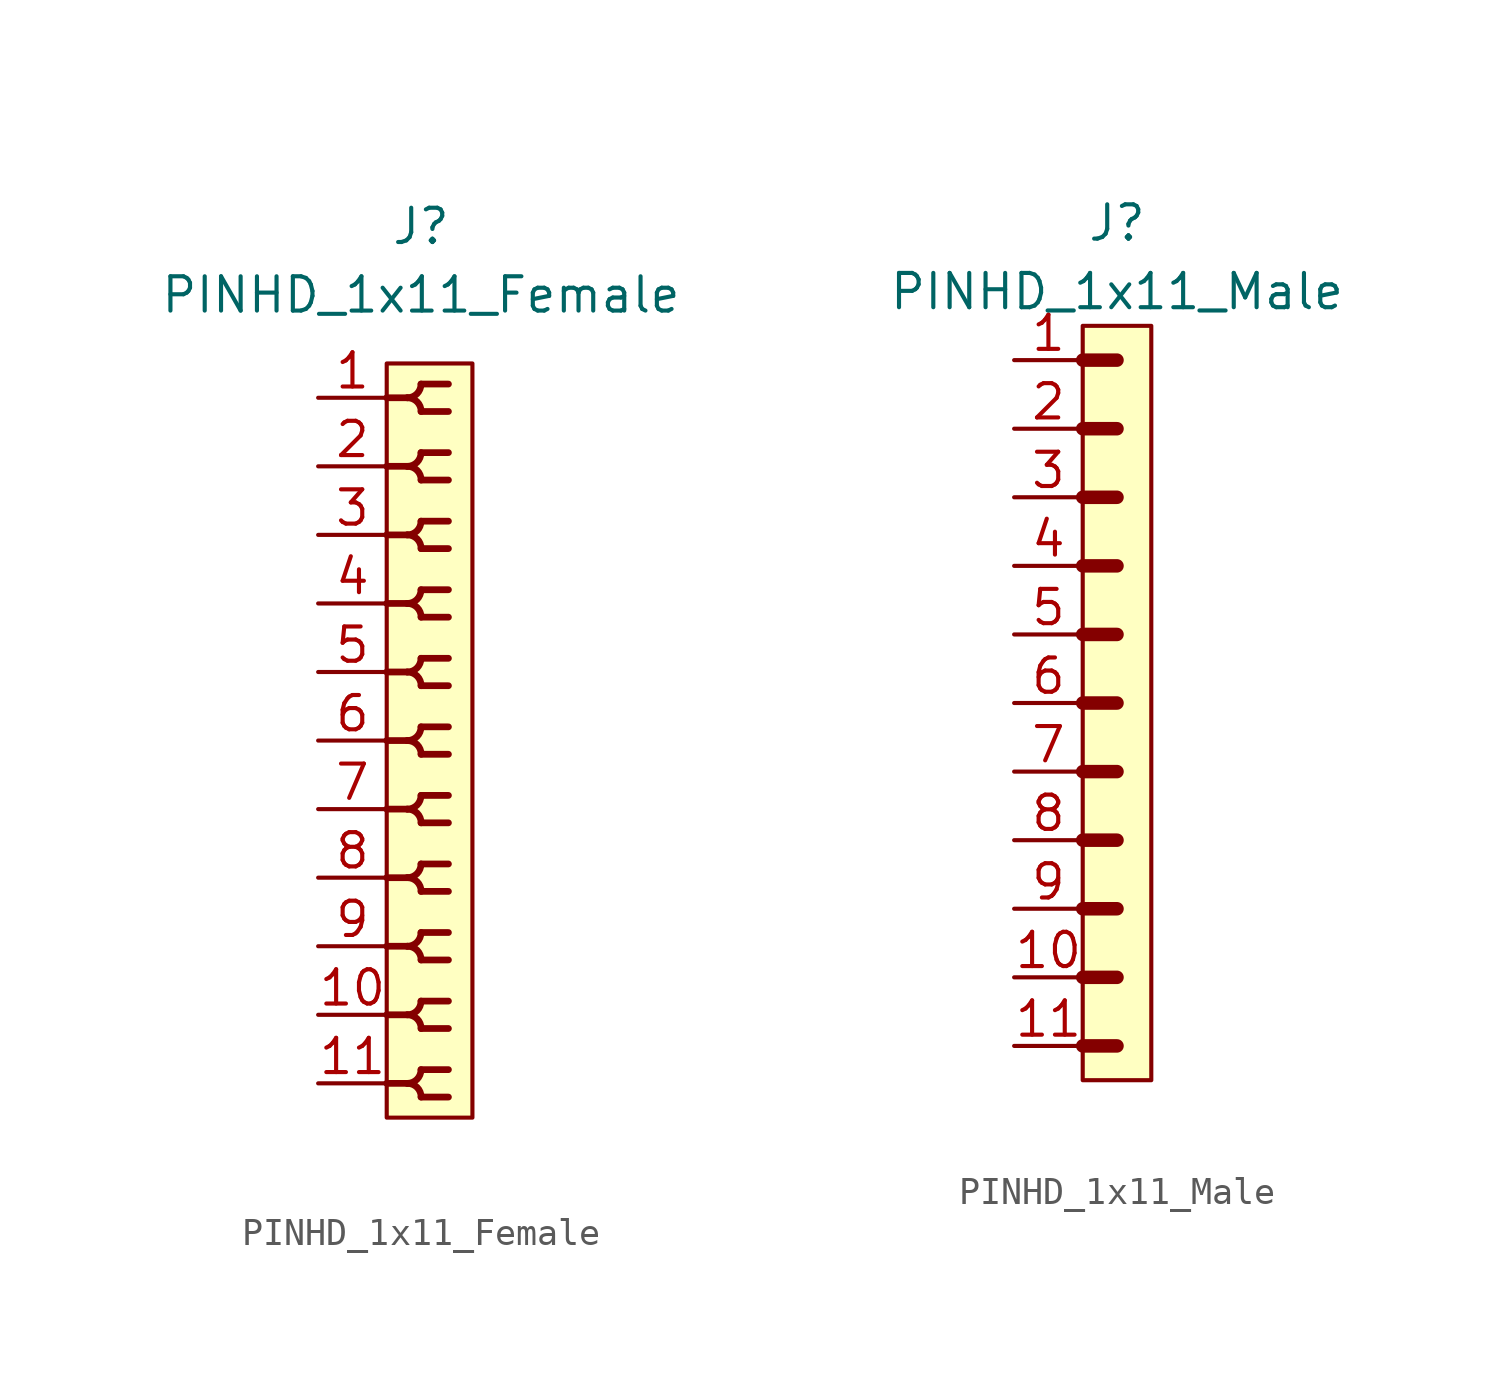
<source format=kicad_sym>
(kicad_symbol_lib
  (version 20211014)
  (generator kicad_symbol_editor)
  (symbol "PINHD_1x11_Female"
    (property "Reference" "J"
      (at 0 19.05 0)
      (effects (font (size 1.27 1.27))))
    (property "Value" "PINHD_1x11_Female"
      (at 0 16.51 0)
      (effects (font (size 1.27 1.27))))
    (symbol "PINHD_1x11_Female_0_1"
      (rectangle (start -1.27 13.97) (end 1.905 -13.97) (stroke (width 0) (type default) (color 0 0 0 0)) (fill (type background)))
      (arc (start -0.508 -12.7) (mid 0.3592 -13.0592) (end 0 -12.192) (stroke (width 0.25) (type default) (color 0 0 0 0)) (fill (type none)))
      (arc (start -0.508 -10.16) (mid 0.3592 -10.5192) (end 0 -9.652) (stroke (width 0.25) (type default) (color 0 0 0 0)) (fill (type none)))
      (arc (start -0.508 -7.62) (mid 0.3592 -7.9792) (end 0 -7.112) (stroke (width 0.25) (type default) (color 0 0 0 0)) (fill (type none)))
      (arc (start -0.508 -5.08) (mid 0.3592 -5.4392) (end 0 -4.572) (stroke (width 0.25) (type default) (color 0 0 0 0)) (fill (type none)))
      (arc (start -0.508 -2.54) (mid 0.3592 -2.8992) (end 0 -2.032) (stroke (width 0.25) (type default) (color 0 0 0 0)) (fill (type none)))
      (arc (start -0.508 0) (mid 0.3592 -0.3592) (end 0 0.508) (stroke (width 0.25) (type default) (color 0 0 0 0)) (fill (type none)))
      (arc (start -0.508 2.54) (mid 0.3592 2.1808) (end 0 3.048) (stroke (width 0.25) (type default) (color 0 0 0 0)) (fill (type none)))
      (arc (start -0.508 5.08) (mid 0.3592 4.7208) (end 0 5.588) (stroke (width 0.25) (type default) (color 0 0 0 0)) (fill (type none)))
      (arc (start -0.508 7.62) (mid 0.3592 7.2608) (end 0 8.128) (stroke (width 0.25) (type default) (color 0 0 0 0)) (fill (type none)))
      (arc (start -0.508 10.16) (mid 0.3592 9.8008) (end 0 10.668) (stroke (width 0.25) (type default) (color 0 0 0 0)) (fill (type none)))
      (arc (start -0.508 12.7) (mid 0.3592 12.3408) (end 0 13.208) (stroke (width 0.25) (type default) (color 0 0 0 0)) (fill (type none)))
      (arc (start 0 -13.208) (mid 0.3592 -12.3408) (end -0.508 -12.7) (stroke (width 0.25) (type default) (color 0 0 0 0)) (fill (type none)))
      (arc (start 0 -10.668) (mid 0.3592 -9.8008) (end -0.508 -10.16) (stroke (width 0.25) (type default) (color 0 0 0 0)) (fill (type none)))
      (arc (start 0 -8.128) (mid 0.3592 -7.2608) (end -0.508 -7.62) (stroke (width 0.25) (type default) (color 0 0 0 0)) (fill (type none)))
      (arc (start 0 -5.588) (mid 0.3592 -4.7208) (end -0.508 -5.08) (stroke (width 0.25) (type default) (color 0 0 0 0)) (fill (type none)))
      (arc (start 0 -3.048) (mid 0.3592 -2.1808) (end -0.508 -2.54) (stroke (width 0.25) (type default) (color 0 0 0 0)) (fill (type none)))
      (arc (start 0 -0.508) (mid 0.3592 0.3592) (end -0.508 0) (stroke (width 0.25) (type default) (color 0 0 0 0)) (fill (type none)))
      (polyline (pts (xy -1.27 -12.7) (xy -0.508 -12.7)) (stroke (width 0.25) (type default) (color 0 0 0 0)) (fill (type none)))
      (polyline (pts (xy -1.27 -10.16) (xy -0.508 -10.16)) (stroke (width 0.25) (type default) (color 0 0 0 0)) (fill (type none)))
      (polyline (pts (xy -1.27 -7.62) (xy -0.508 -7.62)) (stroke (width 0.25) (type default) (color 0 0 0 0)) (fill (type none)))
      (polyline (pts (xy -1.27 -5.08) (xy -0.508 -5.08)) (stroke (width 0.25) (type default) (color 0 0 0 0)) (fill (type none)))
      (polyline (pts (xy -1.27 -2.54) (xy -0.508 -2.54)) (stroke (width 0.25) (type default) (color 0 0 0 0)) (fill (type none)))
      (polyline (pts (xy -1.27 0) (xy -0.508 0)) (stroke (width 0.25) (type default) (color 0 0 0 0)) (fill (type none)))
      (polyline (pts (xy -1.27 2.54) (xy -0.508 2.54)) (stroke (width 0.25) (type default) (color 0 0 0 0)) (fill (type none)))
      (polyline (pts (xy -1.27 5.08) (xy -0.508 5.08)) (stroke (width 0.25) (type default) (color 0 0 0 0)) (fill (type none)))
      (polyline (pts (xy -1.27 7.62) (xy -0.508 7.62)) (stroke (width 0.25) (type default) (color 0 0 0 0)) (fill (type none)))
      (polyline (pts (xy -1.27 10.16) (xy -0.508 10.16)) (stroke (width 0.25) (type default) (color 0 0 0 0)) (fill (type none)))
      (polyline (pts (xy -1.27 12.7) (xy -0.508 12.7)) (stroke (width 0.25) (type default) (color 0 0 0 0)) (fill (type none)))
      (polyline (pts (xy 0 -13.208) (xy 1.016 -13.208)) (stroke (width 0.25) (type default) (color 0 0 0 0)) (fill (type none)))
      (polyline (pts (xy 0 -12.192) (xy 1.016 -12.192)) (stroke (width 0.25) (type default) (color 0 0 0 0)) (fill (type none)))
      (polyline (pts (xy 0 -10.668) (xy 1.016 -10.668)) (stroke (width 0.25) (type default) (color 0 0 0 0)) (fill (type none)))
      (polyline (pts (xy 0 -9.652) (xy 1.016 -9.652)) (stroke (width 0.25) (type default) (color 0 0 0 0)) (fill (type none)))
      (polyline (pts (xy 0 -8.128) (xy 1.016 -8.128)) (stroke (width 0.25) (type default) (color 0 0 0 0)) (fill (type none)))
      (polyline (pts (xy 0 -7.112) (xy 1.016 -7.112)) (stroke (width 0.25) (type default) (color 0 0 0 0)) (fill (type none)))
      (polyline (pts (xy 0 -5.588) (xy 1.016 -5.588)) (stroke (width 0.25) (type default) (color 0 0 0 0)) (fill (type none)))
      (polyline (pts (xy 0 -4.572) (xy 1.016 -4.572)) (stroke (width 0.25) (type default) (color 0 0 0 0)) (fill (type none)))
      (polyline (pts (xy 0 -3.048) (xy 1.016 -3.048)) (stroke (width 0.25) (type default) (color 0 0 0 0)) (fill (type none)))
      (polyline (pts (xy 0 -2.032) (xy 1.016 -2.032)) (stroke (width 0.25) (type default) (color 0 0 0 0)) (fill (type none)))
      (polyline (pts (xy 0 -0.508) (xy 1.016 -0.508)) (stroke (width 0.25) (type default) (color 0 0 0 0)) (fill (type none)))
      (polyline (pts (xy 0 0.508) (xy 1.016 0.508)) (stroke (width 0.25) (type default) (color 0 0 0 0)) (fill (type none)))
      (polyline (pts (xy 0 2.032) (xy 1.016 2.032)) (stroke (width 0.25) (type default) (color 0 0 0 0)) (fill (type none)))
      (polyline (pts (xy 0 3.048) (xy 1.016 3.048)) (stroke (width 0.25) (type default) (color 0 0 0 0)) (fill (type none)))
      (polyline (pts (xy 0 4.572) (xy 1.016 4.572)) (stroke (width 0.25) (type default) (color 0 0 0 0)) (fill (type none)))
      (polyline (pts (xy 0 5.588) (xy 1.016 5.588)) (stroke (width 0.25) (type default) (color 0 0 0 0)) (fill (type none)))
      (polyline (pts (xy 0 7.112) (xy 1.016 7.112)) (stroke (width 0.25) (type default) (color 0 0 0 0)) (fill (type none)))
      (polyline (pts (xy 0 8.128) (xy 1.016 8.128)) (stroke (width 0.25) (type default) (color 0 0 0 0)) (fill (type none)))
      (polyline (pts (xy 0 9.652) (xy 1.016 9.652)) (stroke (width 0.25) (type default) (color 0 0 0 0)) (fill (type none)))
      (polyline (pts (xy 0 10.668) (xy 1.016 10.668)) (stroke (width 0.25) (type default) (color 0 0 0 0)) (fill (type none)))
      (polyline (pts (xy 0 12.192) (xy 1.016 12.192)) (stroke (width 0.25) (type default) (color 0 0 0 0)) (fill (type none)))
      (polyline (pts (xy 0 13.208) (xy 1.016 13.208)) (stroke (width 0.25) (type default) (color 0 0 0 0)) (fill (type none)))
      (arc (start 0 2.032) (mid 0.3592 2.8992) (end -0.508 2.54) (stroke (width 0.25) (type default) (color 0 0 0 0)) (fill (type none)))
      (arc (start 0 4.572) (mid 0.3592 5.4392) (end -0.508 5.08) (stroke (width 0.25) (type default) (color 0 0 0 0)) (fill (type none)))
      (arc (start 0 7.112) (mid 0.3592 7.9792) (end -0.508 7.62) (stroke (width 0.25) (type default) (color 0 0 0 0)) (fill (type none)))
      (arc (start 0 9.652) (mid 0.3592 10.5192) (end -0.508 10.16) (stroke (width 0.25) (type default) (color 0 0 0 0)) (fill (type none)))
      (arc (start 0 12.192) (mid 0.3592 13.0592) (end -0.508 12.7) (stroke (width 0.25) (type default) (color 0 0 0 0)) (fill (type none))))
    (symbol "PINHD_1x11_Female_1_1"
      (pin passive line (at -3.81 12.7 0) (length 2.54) (name "" (effects (font (size 1.27 1.27)))) (number "1" (effects (font (size 1.27 1.27)))))
      (pin passive line (at -3.81 -10.16 0) (length 2.54) (name "" (effects (font (size 1.27 1.27)))) (number "10" (effects (font (size 1.27 1.27)))))
      (pin passive line (at -3.81 -12.7 0) (length 2.54) (name "" (effects (font (size 1.27 1.27)))) (number "11" (effects (font (size 1.27 1.27)))))
      (pin passive line (at -3.81 10.16 0) (length 2.54) (name "" (effects (font (size 1.27 1.27)))) (number "2" (effects (font (size 1.27 1.27)))))
      (pin passive line (at -3.81 7.62 0) (length 2.54) (name "" (effects (font (size 1.27 1.27)))) (number "3" (effects (font (size 1.27 1.27)))))
      (pin passive line (at -3.81 5.08 0) (length 2.54) (name "" (effects (font (size 1.27 1.27)))) (number "4" (effects (font (size 1.27 1.27)))))
      (pin passive line (at -3.81 2.54 0) (length 2.54) (name "" (effects (font (size 1.27 1.27)))) (number "5" (effects (font (size 1.27 1.27)))))
      (pin passive line (at -3.81 0 0) (length 2.54) (name "" (effects (font (size 1.27 1.27)))) (number "6" (effects (font (size 1.27 1.27)))))
      (pin passive line (at -3.81 -2.54 0) (length 2.54) (name "" (effects (font (size 1.27 1.27)))) (number "7" (effects (font (size 1.27 1.27)))))
      (pin passive line (at -3.81 -5.08 0) (length 2.54) (name "" (effects (font (size 1.27 1.27)))) (number "8" (effects (font (size 1.27 1.27)))))
      (pin passive line (at -3.81 -7.62 0) (length 2.54) (name "" (effects (font (size 1.27 1.27)))) (number "9" (effects (font (size 1.27 1.27)))))))
  (symbol "PINHD_1x11_Male"
    (property "Reference" "J"
      (at 0 17.78 0)
      (effects (font (size 1.27 1.27))))
    (property "Value" "PINHD_1x11_Male"
      (at 0 15.24 0)
      (effects (font (size 1.27 1.27))))
    (symbol "PINHD_1x11_Male_0_1"
      (rectangle (start -1.27 13.97) (end 1.27 -13.97) (stroke (width 0) (type default) (color 0 0 0 0)) (fill (type background)))
      (polyline (pts (xy -1.27 -12.7) (xy 0 -12.7)) (stroke (width 0.5) (type default) (color 0 0 0 0)) (fill (type none)))
      (polyline (pts (xy -1.27 -10.16) (xy 0 -10.16)) (stroke (width 0.3) (type default) (color 0 0 0 0)) (fill (type none)))
      (polyline (pts (xy -1.27 -10.16) (xy 0 -10.16)) (stroke (width 0.5) (type default) (color 0 0 0 0)) (fill (type none)))
      (polyline (pts (xy -1.27 -7.62) (xy 0 -7.62)) (stroke (width 0.3) (type default) (color 0 0 0 0)) (fill (type none)))
      (polyline (pts (xy -1.27 -7.62) (xy 0 -7.62)) (stroke (width 0.5) (type default) (color 0 0 0 0)) (fill (type none)))
      (polyline (pts (xy -1.27 -5.08) (xy 0 -5.08)) (stroke (width 0.3) (type default) (color 0 0 0 0)) (fill (type none)))
      (polyline (pts (xy -1.27 -5.08) (xy 0 -5.08)) (stroke (width 0.5) (type default) (color 0 0 0 0)) (fill (type none)))
      (polyline (pts (xy -1.27 -2.54) (xy 0 -2.54)) (stroke (width 0.3) (type default) (color 0 0 0 0)) (fill (type none)))
      (polyline (pts (xy -1.27 -2.54) (xy 0 -2.54)) (stroke (width 0.5) (type default) (color 0 0 0 0)) (fill (type none)))
      (polyline (pts (xy -1.27 0) (xy 0 0)) (stroke (width 0.3) (type default) (color 0 0 0 0)) (fill (type none)))
      (polyline (pts (xy -1.27 0) (xy 0 0)) (stroke (width 0.5) (type default) (color 0 0 0 0)) (fill (type none)))
      (polyline (pts (xy -1.27 2.54) (xy 0 2.54)) (stroke (width 0.3) (type default) (color 0 0 0 0)) (fill (type none)))
      (polyline (pts (xy -1.27 2.54) (xy 0 2.54)) (stroke (width 0.5) (type default) (color 0 0 0 0)) (fill (type none)))
      (polyline (pts (xy -1.27 5.08) (xy 0 5.08)) (stroke (width 0.3) (type default) (color 0 0 0 0)) (fill (type none)))
      (polyline (pts (xy -1.27 5.08) (xy 0 5.08)) (stroke (width 0.5) (type default) (color 0 0 0 0)) (fill (type none)))
      (polyline (pts (xy -1.27 7.62) (xy 0 7.62)) (stroke (width 0.3) (type default) (color 0 0 0 0)) (fill (type none)))
      (polyline (pts (xy -1.27 7.62) (xy 0 7.62)) (stroke (width 0.5) (type default) (color 0 0 0 0)) (fill (type none)))
      (polyline (pts (xy -1.27 10.16) (xy 0 10.16)) (stroke (width 0.3) (type default) (color 0 0 0 0)) (fill (type none)))
      (polyline (pts (xy -1.27 10.16) (xy 0 10.16)) (stroke (width 0.5) (type default) (color 0 0 0 0)) (fill (type none)))
      (polyline (pts (xy -1.27 12.7) (xy 0 12.7)) (stroke (width 0.5) (type default) (color 0 0 0 0)) (fill (type none))))
    (symbol "PINHD_1x11_Male_1_1"
      (pin passive line (at -3.81 12.7 0) (length 2.54) (name "" (effects (font (size 1.27 1.27)))) (number "1" (effects (font (size 1.27 1.27)))))
      (pin passive line (at -3.81 -10.16 0) (length 2.54) (name "" (effects (font (size 1.27 1.27)))) (number "10" (effects (font (size 1.27 1.27)))))
      (pin passive line (at -3.81 -12.7 0) (length 2.54) (name "" (effects (font (size 1.27 1.27)))) (number "11" (effects (font (size 1.27 1.27)))))
      (pin passive line (at -3.81 10.16 0) (length 2.54) (name "" (effects (font (size 1.27 1.27)))) (number "2" (effects (font (size 1.27 1.27)))))
      (pin passive line (at -3.81 7.62 0) (length 2.54) (name "" (effects (font (size 1.27 1.27)))) (number "3" (effects (font (size 1.27 1.27)))))
      (pin passive line (at -3.81 5.08 0) (length 2.54) (name "" (effects (font (size 1.27 1.27)))) (number "4" (effects (font (size 1.27 1.27)))))
      (pin passive line (at -3.81 2.54 0) (length 2.54) (name "" (effects (font (size 1.27 1.27)))) (number "5" (effects (font (size 1.27 1.27)))))
      (pin passive line (at -3.81 0 0) (length 2.54) (name "" (effects (font (size 1.27 1.27)))) (number "6" (effects (font (size 1.27 1.27)))))
      (pin passive line (at -3.81 -2.54 0) (length 2.54) (name "" (effects (font (size 1.27 1.27)))) (number "7" (effects (font (size 1.27 1.27)))))
      (pin passive line (at -3.81 -5.08 0) (length 2.54) (name "" (effects (font (size 1.27 1.27)))) (number "8" (effects (font (size 1.27 1.27)))))
      (pin passive line (at -3.81 -7.62 0) (length 2.54) (name "" (effects (font (size 1.27 1.27)))) (number "9" (effects (font (size 1.27 1.27))))))))
</source>
